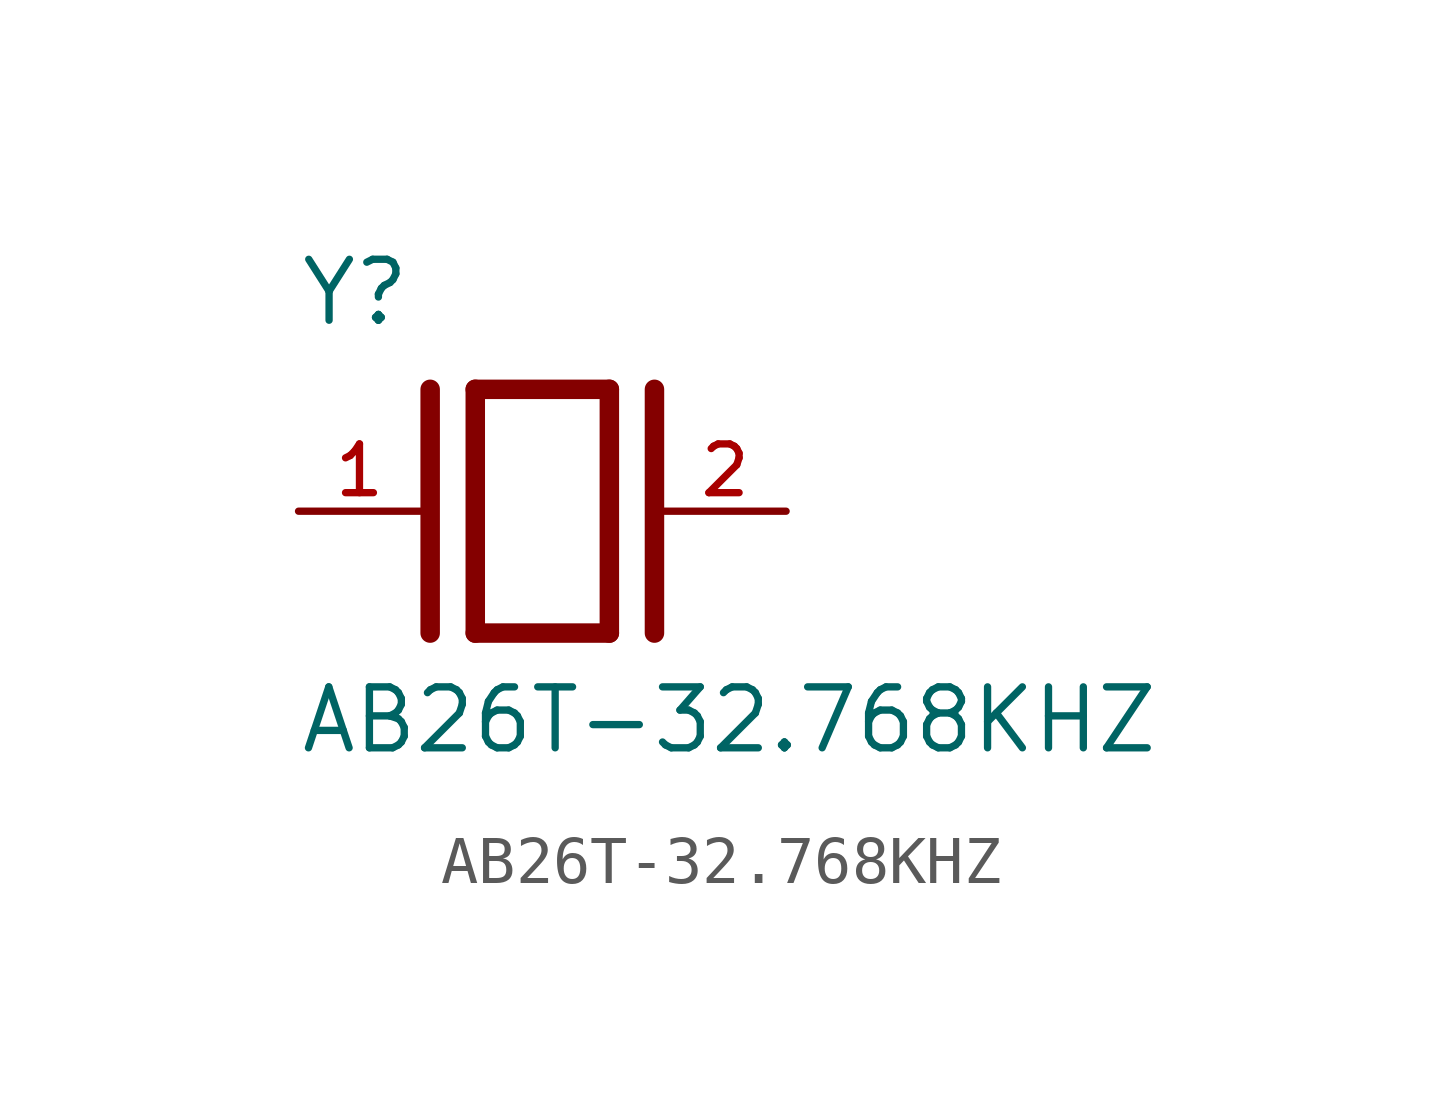
<source format=kicad_sym>
(kicad_symbol_lib
  (version 20211014)
  (generator kicad_symbol_editor)
  (symbol "AB26T-32.768KHZ"
    (pin_names
      (offset 1.016))
    (property "Reference" "Y"
      (at -5.088 3.816 0)
      (effects (font (size 1.27 1.27)) (justify bottom left)))
    (property "Value" "AB26T-32.768KHZ"
      (at -5.094 -5.094 0)
      (effects (font (size 1.27 1.27)) (justify bottom left)))
    (symbol "AB26T-32.768KHZ_0_0"
      (polyline (pts (xy -1.397 2.54) (xy 1.397 2.54)) (stroke (width 0.406)))
      (polyline (pts (xy 1.397 2.54) (xy 1.397 -2.54)) (stroke (width 0.406)))
      (polyline (pts (xy 1.397 -2.54) (xy -1.397 -2.54)) (stroke (width 0.406)))
      (polyline (pts (xy -1.397 2.54) (xy -1.397 -2.54)) (stroke (width 0.406)))
      (polyline (pts (xy 2.337 2.54) (xy 2.337 -2.54)) (stroke (width 0.406)))
      (polyline (pts (xy -2.337 2.54) (xy -2.337 -2.54)) (stroke (width 0.406)))
      (pin passive line (at 5.08 0.0 180.0) (length 2.54) (name "~" (effects (font (size 1.016 1.016)))) (number "2" (effects (font (size 1.016 1.016)))))
      (pin passive line (at -5.08 0.0 0) (length 2.54) (name "~" (effects (font (size 1.016 1.016)))) (number "1" (effects (font (size 1.016 1.016))))))))
</source>
